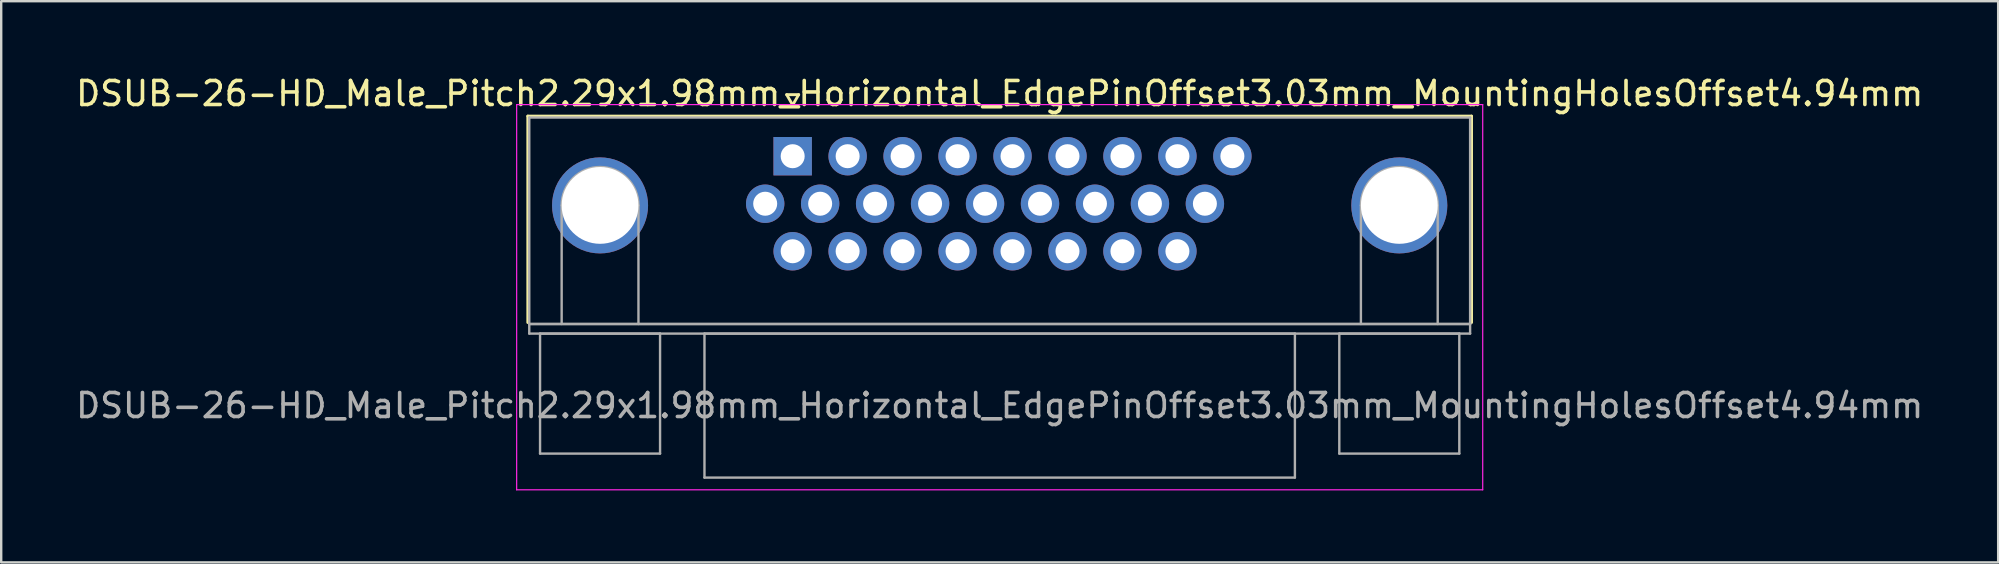
<source format=kicad_pcb>
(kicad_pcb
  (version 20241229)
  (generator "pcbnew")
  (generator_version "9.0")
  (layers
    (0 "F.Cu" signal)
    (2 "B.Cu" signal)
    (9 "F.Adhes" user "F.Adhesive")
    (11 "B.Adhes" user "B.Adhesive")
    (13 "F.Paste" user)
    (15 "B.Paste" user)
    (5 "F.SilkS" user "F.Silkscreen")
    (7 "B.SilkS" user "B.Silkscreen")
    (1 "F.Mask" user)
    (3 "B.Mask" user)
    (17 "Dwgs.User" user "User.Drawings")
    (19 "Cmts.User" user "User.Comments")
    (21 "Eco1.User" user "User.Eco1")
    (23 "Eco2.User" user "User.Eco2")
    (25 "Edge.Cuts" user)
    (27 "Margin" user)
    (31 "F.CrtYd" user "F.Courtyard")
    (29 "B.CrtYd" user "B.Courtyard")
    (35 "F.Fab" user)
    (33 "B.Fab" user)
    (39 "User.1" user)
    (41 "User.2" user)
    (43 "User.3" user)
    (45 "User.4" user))
  (footprint "DSUB-26-HD_Male_Pitch2.29x1.98mm_Horizontal_EdgePinOffset3.03mm_MountingHolesOffset4.94mm"
    (layer "F.Cu")
    (at 29.976 3.458)
    (property "Reference" "DSUB-26-HD_Male_Pitch2.29x1.98mm_Horizontal_EdgePinOffset3.03mm_MountingHolesOffset4.94mm" (at 8.625 -2.61 0) (layer "F.SilkS") (effects (font (size 1 1) (thickness 0.15))))
    (attr through_hole)
    (fp_line (start -11.035 -1.67) (end 28.285 -1.67) (stroke (width 0.12) (type solid)) (layer "F.SilkS"))
    (fp_line (start -11.035 6.93) (end -11.035 -1.67) (stroke (width 0.12) (type solid)) (layer "F.SilkS"))
    (fp_line (start -0.25 -2.564) (end 0.25 -2.564) (stroke (width 0.12) (type solid)) (layer "F.SilkS"))
    (fp_line (start 0 -2.131) (end -0.25 -2.564) (stroke (width 0.12) (type solid)) (layer "F.SilkS"))
    (fp_line (start 0.25 -2.564) (end 0 -2.131) (stroke (width 0.12) (type solid)) (layer "F.SilkS"))
    (fp_line (start 28.285 -1.67) (end 28.285 6.93) (stroke (width 0.12) (type solid)) (layer "F.SilkS"))
    (fp_line (start -11.5 -2.15) (end -11.5 13.9) (stroke (width 0.05) (type solid)) (layer "F.CrtYd"))
    (fp_line (start -11.5 13.9) (end 28.75 13.9) (stroke (width 0.05) (type solid)) (layer "F.CrtYd"))
    (fp_line (start 28.75 -2.15) (end -11.5 -2.15) (stroke (width 0.05) (type solid)) (layer "F.CrtYd"))
    (fp_line (start 28.75 13.9) (end 28.75 -2.15) (stroke (width 0.05) (type solid)) (layer "F.CrtYd"))
    (fp_line (start -10.975 -1.61) (end -10.975 6.99) (stroke (width 0.1) (type solid)) (layer "F.Fab"))
    (fp_line (start -10.975 6.99) (end -10.975 7.39) (stroke (width 0.1) (type solid)) (layer "F.Fab"))
    (fp_line (start -10.975 6.99) (end 28.225 6.99) (stroke (width 0.1) (type solid)) (layer "F.Fab"))
    (fp_line (start -10.975 7.39) (end 28.225 7.39) (stroke (width 0.1) (type solid)) (layer "F.Fab"))
    (fp_line (start -10.525 7.39) (end -10.525 12.39) (stroke (width 0.1) (type solid)) (layer "F.Fab"))
    (fp_line (start -10.525 12.39) (end -5.525 12.39) (stroke (width 0.1) (type solid)) (layer "F.Fab"))
    (fp_line (start -9.625 6.99) (end -9.625 2.05) (stroke (width 0.1) (type solid)) (layer "F.Fab"))
    (fp_line (start -6.425 6.99) (end -6.425 2.05) (stroke (width 0.1) (type solid)) (layer "F.Fab"))
    (fp_line (start -5.525 7.39) (end -10.525 7.39) (stroke (width 0.1) (type solid)) (layer "F.Fab"))
    (fp_line (start -5.525 12.39) (end -5.525 7.39) (stroke (width 0.1) (type solid)) (layer "F.Fab"))
    (fp_line (start -3.675 7.39) (end -3.675 13.39) (stroke (width 0.1) (type solid)) (layer "F.Fab"))
    (fp_line (start -3.675 13.39) (end 20.925 13.39) (stroke (width 0.1) (type solid)) (layer "F.Fab"))
    (fp_line (start 20.925 7.39) (end -3.675 7.39) (stroke (width 0.1) (type solid)) (layer "F.Fab"))
    (fp_line (start 20.925 13.39) (end 20.925 7.39) (stroke (width 0.1) (type solid)) (layer "F.Fab"))
    (fp_line (start 22.775 7.39) (end 22.775 12.39) (stroke (width 0.1) (type solid)) (layer "F.Fab"))
    (fp_line (start 22.775 12.39) (end 27.775 12.39) (stroke (width 0.1) (type solid)) (layer "F.Fab"))
    (fp_line (start 23.675 6.99) (end 23.675 2.05) (stroke (width 0.1) (type solid)) (layer "F.Fab"))
    (fp_line (start 26.875 6.99) (end 26.875 2.05) (stroke (width 0.1) (type solid)) (layer "F.Fab"))
    (fp_line (start 27.775 7.39) (end 22.775 7.39) (stroke (width 0.1) (type solid)) (layer "F.Fab"))
    (fp_line (start 27.775 12.39) (end 27.775 7.39) (stroke (width 0.1) (type solid)) (layer "F.Fab"))
    (fp_line (start 28.225 -1.61) (end -10.975 -1.61) (stroke (width 0.1) (type solid)) (layer "F.Fab"))
    (fp_line (start 28.225 6.99) (end -10.975 6.99) (stroke (width 0.1) (type solid)) (layer "F.Fab"))
    (fp_line (start 28.225 6.99) (end 28.225 -1.61) (stroke (width 0.1) (type solid)) (layer "F.Fab"))
    (fp_line (start 28.225 7.39) (end 28.225 6.99) (stroke (width 0.1) (type solid)) (layer "F.Fab"))
    (fp_arc (start -9.625 2.05) (mid -8.025 0.45) (end -6.425 2.05) (stroke (width 0.1) (type solid)) (layer "F.Fab"))
    (fp_arc (start 23.675 2.05) (mid 25.275 0.45) (end 26.875 2.05) (stroke (width 0.1) (type solid)) (layer "F.Fab"))
    (fp_text user "${REFERENCE}" (at 8.625 10.39 0) (layer "F.Fab") (effects (font (size 1 1) (thickness 0.15))))
    (pad "0" thru_hole circle (at -8.025 2.05) (size 4 4) (drill 3.2) (layers "*.Cu" "*.Mask"))
    (pad "0" thru_hole circle (at 25.275 2.05) (size 4 4) (drill 3.2) (layers "*.Cu" "*.Mask"))
    (pad "1" thru_hole rect (at 0 0) (size 1.6 1.6) (drill 1) (layers "*.Cu" "*.Mask"))
    (pad "2" thru_hole circle (at 2.29 0) (size 1.6 1.6) (drill 1) (layers "*.Cu" "*.Mask"))
    (pad "3" thru_hole circle (at 4.58 0) (size 1.6 1.6) (drill 1) (layers "*.Cu" "*.Mask"))
    (pad "4" thru_hole circle (at 6.87 0) (size 1.6 1.6) (drill 1) (layers "*.Cu" "*.Mask"))
    (pad "5" thru_hole circle (at 9.16 0) (size 1.6 1.6) (drill 1) (layers "*.Cu" "*.Mask"))
    (pad "6" thru_hole circle (at 11.45 0) (size 1.6 1.6) (drill 1) (layers "*.Cu" "*.Mask"))
    (pad "7" thru_hole circle (at 13.74 0) (size 1.6 1.6) (drill 1) (layers "*.Cu" "*.Mask"))
    (pad "8" thru_hole circle (at 16.03 0) (size 1.6 1.6) (drill 1) (layers "*.Cu" "*.Mask"))
    (pad "9" thru_hole circle (at 18.32 0) (size 1.6 1.6) (drill 1) (layers "*.Cu" "*.Mask"))
    (pad "10" thru_hole circle (at -1.145 1.98) (size 1.6 1.6) (drill 1) (layers "*.Cu" "*.Mask"))
    (pad "11" thru_hole circle (at 1.145 1.98) (size 1.6 1.6) (drill 1) (layers "*.Cu" "*.Mask"))
    (pad "12" thru_hole circle (at 3.435 1.98) (size 1.6 1.6) (drill 1) (layers "*.Cu" "*.Mask"))
    (pad "13" thru_hole circle (at 5.725 1.98) (size 1.6 1.6) (drill 1) (layers "*.Cu" "*.Mask"))
    (pad "14" thru_hole circle (at 8.015 1.98) (size 1.6 1.6) (drill 1) (layers "*.Cu" "*.Mask"))
    (pad "15" thru_hole circle (at 10.305 1.98) (size 1.6 1.6) (drill 1) (layers "*.Cu" "*.Mask"))
    (pad "16" thru_hole circle (at 12.595 1.98) (size 1.6 1.6) (drill 1) (layers "*.Cu" "*.Mask"))
    (pad "17" thru_hole circle (at 14.885 1.98) (size 1.6 1.6) (drill 1) (layers "*.Cu" "*.Mask"))
    (pad "18" thru_hole circle (at 17.175 1.98) (size 1.6 1.6) (drill 1) (layers "*.Cu" "*.Mask"))
    (pad "19" thru_hole circle (at 0 3.96) (size 1.6 1.6) (drill 1) (layers "*.Cu" "*.Mask"))
    (pad "20" thru_hole circle (at 2.29 3.96) (size 1.6 1.6) (drill 1) (layers "*.Cu" "*.Mask"))
    (pad "21" thru_hole circle (at 4.58 3.96) (size 1.6 1.6) (drill 1) (layers "*.Cu" "*.Mask"))
    (pad "22" thru_hole circle (at 6.87 3.96) (size 1.6 1.6) (drill 1) (layers "*.Cu" "*.Mask"))
    (pad "23" thru_hole circle (at 9.16 3.96) (size 1.6 1.6) (drill 1) (layers "*.Cu" "*.Mask"))
    (pad "24" thru_hole circle (at 11.45 3.96) (size 1.6 1.6) (drill 1) (layers "*.Cu" "*.Mask"))
    (pad "25" thru_hole circle (at 13.74 3.96) (size 1.6 1.6) (drill 1) (layers "*.Cu" "*.Mask"))
    (pad "26" thru_hole circle (at 16.03 3.96) (size 1.6 1.6) (drill 1) (layers "*.Cu" "*.Mask")))
  (gr_rect
    (start -3 -3)
    (end 80.202 20.383)
    (stroke (width 0.1) (type default))
    (fill no)
    (layer "Edge.Cuts")))
</source>
